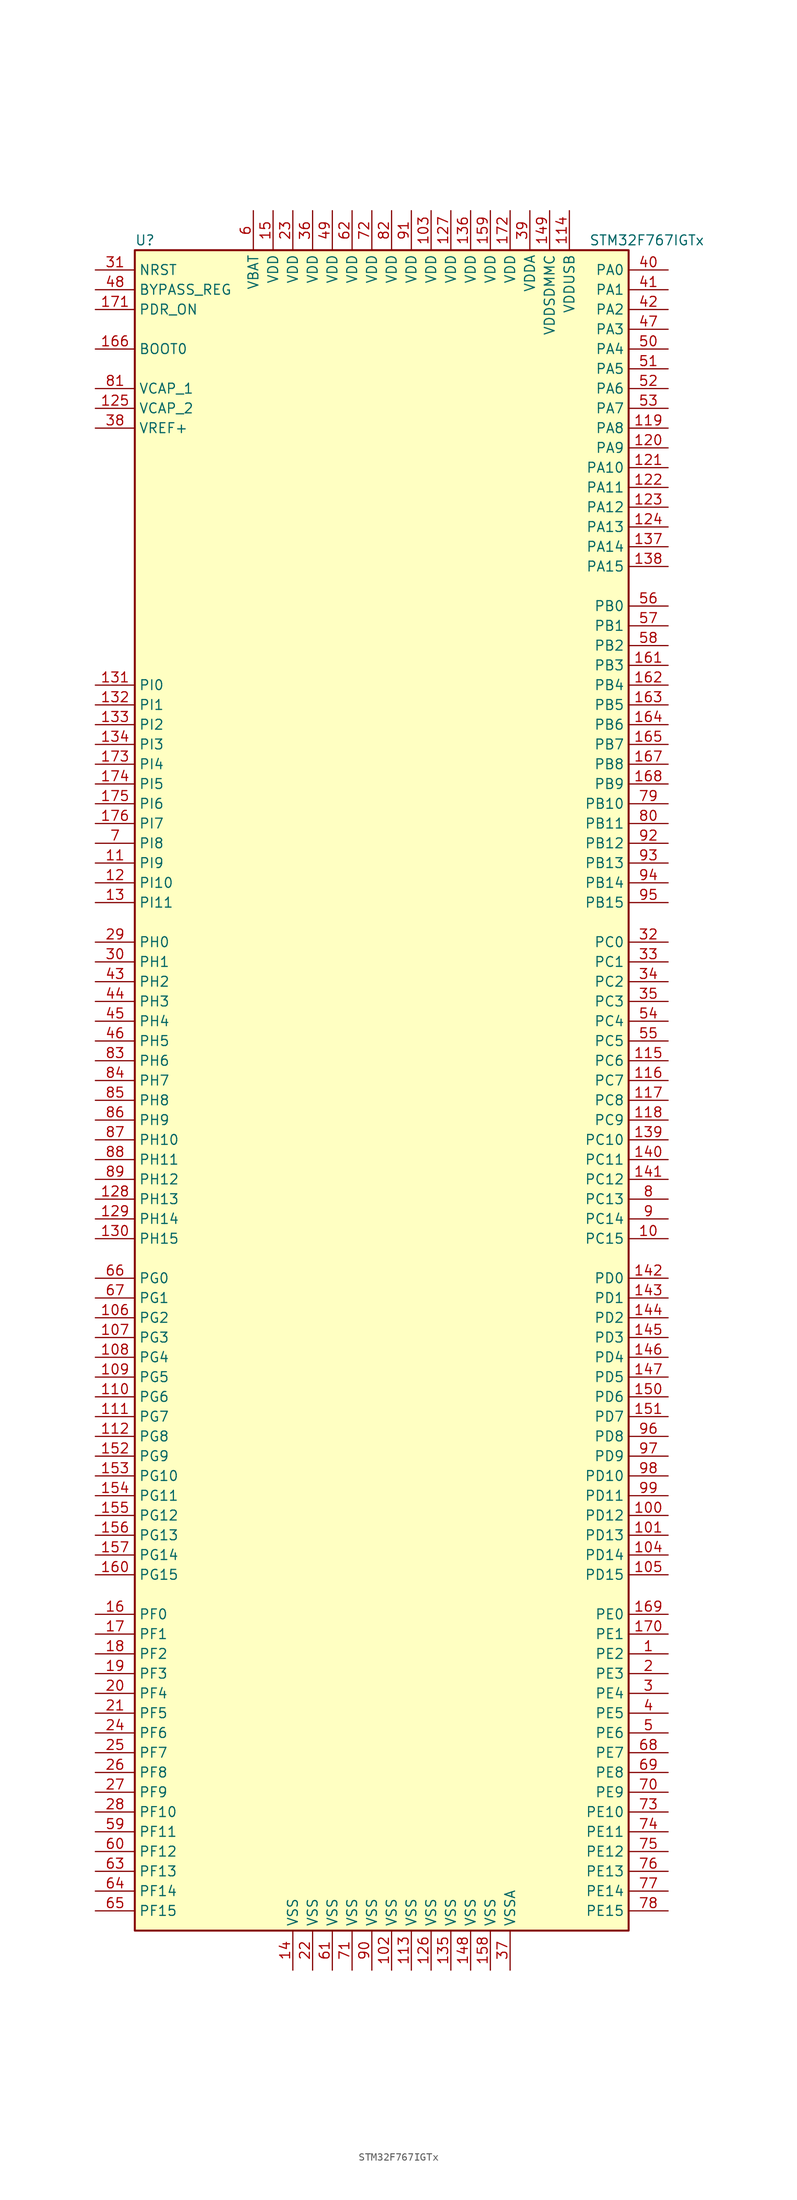
<source format=kicad_sym>
(kicad_symbol_lib
  (version 20220914)
  (generator kicad_symbol_editor)
  (symbol "STM32F767IGTx"
    (property "Reference" "U"
      (at -33.02 107.95 0)
      (effects (font (size 1.27 1.27)) (justify left)))
    (property "Value" "STM32F767IGTx"
      (at 25.4 107.95 0)
      (effects (font (size 1.27 1.27)) (justify left)))
    (symbol "STM32F767IGTx_0_1"
      (rectangle (start -33.02 -109.22) (end 30.48 106.68) (stroke (width 0.254) (type default)) (fill (type background))))
    (symbol "STM32F767IGTx_1_1"
      (pin bidirectional line (at 35.56 -73.66 180) (length 5.08) (name "PE2" (effects (font (size 1.27 1.27)))) (number "1" (effects (font (size 1.27 1.27)))))
      (pin bidirectional line (at 35.56 -20.32 180) (length 5.08) (name "PC15" (effects (font (size 1.27 1.27)))) (number "10" (effects (font (size 1.27 1.27)))))
      (pin bidirectional line (at 35.56 -55.88 180) (length 5.08) (name "PD12" (effects (font (size 1.27 1.27)))) (number "100" (effects (font (size 1.27 1.27)))))
      (pin bidirectional line (at 35.56 -58.42 180) (length 5.08) (name "PD13" (effects (font (size 1.27 1.27)))) (number "101" (effects (font (size 1.27 1.27)))))
      (pin power_in line (at 0 -114.3 90) (length 5.08) (name "VSS" (effects (font (size 1.27 1.27)))) (number "102" (effects (font (size 1.27 1.27)))))
      (pin power_in line (at 5.08 111.76 270) (length 5.08) (name "VDD" (effects (font (size 1.27 1.27)))) (number "103" (effects (font (size 1.27 1.27)))))
      (pin bidirectional line (at 35.56 -60.96 180) (length 5.08) (name "PD14" (effects (font (size 1.27 1.27)))) (number "104" (effects (font (size 1.27 1.27)))))
      (pin bidirectional line (at 35.56 -63.5 180) (length 5.08) (name "PD15" (effects (font (size 1.27 1.27)))) (number "105" (effects (font (size 1.27 1.27)))))
      (pin bidirectional line (at -38.1 -30.48 0) (length 5.08) (name "PG2" (effects (font (size 1.27 1.27)))) (number "106" (effects (font (size 1.27 1.27)))))
      (pin bidirectional line (at -38.1 -33.02 0) (length 5.08) (name "PG3" (effects (font (size 1.27 1.27)))) (number "107" (effects (font (size 1.27 1.27)))))
      (pin bidirectional line (at -38.1 -35.56 0) (length 5.08) (name "PG4" (effects (font (size 1.27 1.27)))) (number "108" (effects (font (size 1.27 1.27)))))
      (pin bidirectional line (at -38.1 -38.1 0) (length 5.08) (name "PG5" (effects (font (size 1.27 1.27)))) (number "109" (effects (font (size 1.27 1.27)))))
      (pin bidirectional line (at -38.1 27.94 0) (length 5.08) (name "PI9" (effects (font (size 1.27 1.27)))) (number "11" (effects (font (size 1.27 1.27)))))
      (pin bidirectional line (at -38.1 -40.64 0) (length 5.08) (name "PG6" (effects (font (size 1.27 1.27)))) (number "110" (effects (font (size 1.27 1.27)))))
      (pin bidirectional line (at -38.1 -43.18 0) (length 5.08) (name "PG7" (effects (font (size 1.27 1.27)))) (number "111" (effects (font (size 1.27 1.27)))))
      (pin bidirectional line (at -38.1 -45.72 0) (length 5.08) (name "PG8" (effects (font (size 1.27 1.27)))) (number "112" (effects (font (size 1.27 1.27)))))
      (pin power_in line (at 2.54 -114.3 90) (length 5.08) (name "VSS" (effects (font (size 1.27 1.27)))) (number "113" (effects (font (size 1.27 1.27)))))
      (pin power_in line (at 22.86 111.76 270) (length 5.08) (name "VDDUSB" (effects (font (size 1.27 1.27)))) (number "114" (effects (font (size 1.27 1.27)))))
      (pin bidirectional line (at 35.56 2.54 180) (length 5.08) (name "PC6" (effects (font (size 1.27 1.27)))) (number "115" (effects (font (size 1.27 1.27)))))
      (pin bidirectional line (at 35.56 0 180) (length 5.08) (name "PC7" (effects (font (size 1.27 1.27)))) (number "116" (effects (font (size 1.27 1.27)))))
      (pin bidirectional line (at 35.56 -2.54 180) (length 5.08) (name "PC8" (effects (font (size 1.27 1.27)))) (number "117" (effects (font (size 1.27 1.27)))))
      (pin bidirectional line (at 35.56 -5.08 180) (length 5.08) (name "PC9" (effects (font (size 1.27 1.27)))) (number "118" (effects (font (size 1.27 1.27)))))
      (pin bidirectional line (at 35.56 83.82 180) (length 5.08) (name "PA8" (effects (font (size 1.27 1.27)))) (number "119" (effects (font (size 1.27 1.27)))))
      (pin bidirectional line (at -38.1 25.4 0) (length 5.08) (name "PI10" (effects (font (size 1.27 1.27)))) (number "12" (effects (font (size 1.27 1.27)))))
      (pin bidirectional line (at 35.56 81.28 180) (length 5.08) (name "PA9" (effects (font (size 1.27 1.27)))) (number "120" (effects (font (size 1.27 1.27)))))
      (pin bidirectional line (at 35.56 78.74 180) (length 5.08) (name "PA10" (effects (font (size 1.27 1.27)))) (number "121" (effects (font (size 1.27 1.27)))))
      (pin bidirectional line (at 35.56 76.2 180) (length 5.08) (name "PA11" (effects (font (size 1.27 1.27)))) (number "122" (effects (font (size 1.27 1.27)))))
      (pin bidirectional line (at 35.56 73.66 180) (length 5.08) (name "PA12" (effects (font (size 1.27 1.27)))) (number "123" (effects (font (size 1.27 1.27)))))
      (pin bidirectional line (at 35.56 71.12 180) (length 5.08) (name "PA13" (effects (font (size 1.27 1.27)))) (number "124" (effects (font (size 1.27 1.27)))))
      (pin power_in line (at -38.1 86.36 0) (length 5.08) (name "VCAP_2" (effects (font (size 1.27 1.27)))) (number "125" (effects (font (size 1.27 1.27)))))
      (pin power_in line (at 5.08 -114.3 90) (length 5.08) (name "VSS" (effects (font (size 1.27 1.27)))) (number "126" (effects (font (size 1.27 1.27)))))
      (pin power_in line (at 7.62 111.76 270) (length 5.08) (name "VDD" (effects (font (size 1.27 1.27)))) (number "127" (effects (font (size 1.27 1.27)))))
      (pin bidirectional line (at -38.1 -15.24 0) (length 5.08) (name "PH13" (effects (font (size 1.27 1.27)))) (number "128" (effects (font (size 1.27 1.27)))))
      (pin bidirectional line (at -38.1 -17.78 0) (length 5.08) (name "PH14" (effects (font (size 1.27 1.27)))) (number "129" (effects (font (size 1.27 1.27)))))
      (pin bidirectional line (at -38.1 22.86 0) (length 5.08) (name "PI11" (effects (font (size 1.27 1.27)))) (number "13" (effects (font (size 1.27 1.27)))))
      (pin bidirectional line (at -38.1 -20.32 0) (length 5.08) (name "PH15" (effects (font (size 1.27 1.27)))) (number "130" (effects (font (size 1.27 1.27)))))
      (pin bidirectional line (at -38.1 50.8 0) (length 5.08) (name "PI0" (effects (font (size 1.27 1.27)))) (number "131" (effects (font (size 1.27 1.27)))))
      (pin bidirectional line (at -38.1 48.26 0) (length 5.08) (name "PI1" (effects (font (size 1.27 1.27)))) (number "132" (effects (font (size 1.27 1.27)))))
      (pin bidirectional line (at -38.1 45.72 0) (length 5.08) (name "PI2" (effects (font (size 1.27 1.27)))) (number "133" (effects (font (size 1.27 1.27)))))
      (pin bidirectional line (at -38.1 43.18 0) (length 5.08) (name "PI3" (effects (font (size 1.27 1.27)))) (number "134" (effects (font (size 1.27 1.27)))))
      (pin power_in line (at 7.62 -114.3 90) (length 5.08) (name "VSS" (effects (font (size 1.27 1.27)))) (number "135" (effects (font (size 1.27 1.27)))))
      (pin power_in line (at 10.16 111.76 270) (length 5.08) (name "VDD" (effects (font (size 1.27 1.27)))) (number "136" (effects (font (size 1.27 1.27)))))
      (pin bidirectional line (at 35.56 68.58 180) (length 5.08) (name "PA14" (effects (font (size 1.27 1.27)))) (number "137" (effects (font (size 1.27 1.27)))))
      (pin bidirectional line (at 35.56 66.04 180) (length 5.08) (name "PA15" (effects (font (size 1.27 1.27)))) (number "138" (effects (font (size 1.27 1.27)))))
      (pin bidirectional line (at 35.56 -7.62 180) (length 5.08) (name "PC10" (effects (font (size 1.27 1.27)))) (number "139" (effects (font (size 1.27 1.27)))))
      (pin power_in line (at -12.7 -114.3 90) (length 5.08) (name "VSS" (effects (font (size 1.27 1.27)))) (number "14" (effects (font (size 1.27 1.27)))))
      (pin bidirectional line (at 35.56 -10.16 180) (length 5.08) (name "PC11" (effects (font (size 1.27 1.27)))) (number "140" (effects (font (size 1.27 1.27)))))
      (pin bidirectional line (at 35.56 -12.7 180) (length 5.08) (name "PC12" (effects (font (size 1.27 1.27)))) (number "141" (effects (font (size 1.27 1.27)))))
      (pin bidirectional line (at 35.56 -25.4 180) (length 5.08) (name "PD0" (effects (font (size 1.27 1.27)))) (number "142" (effects (font (size 1.27 1.27)))))
      (pin bidirectional line (at 35.56 -27.94 180) (length 5.08) (name "PD1" (effects (font (size 1.27 1.27)))) (number "143" (effects (font (size 1.27 1.27)))))
      (pin bidirectional line (at 35.56 -30.48 180) (length 5.08) (name "PD2" (effects (font (size 1.27 1.27)))) (number "144" (effects (font (size 1.27 1.27)))))
      (pin bidirectional line (at 35.56 -33.02 180) (length 5.08) (name "PD3" (effects (font (size 1.27 1.27)))) (number "145" (effects (font (size 1.27 1.27)))))
      (pin bidirectional line (at 35.56 -35.56 180) (length 5.08) (name "PD4" (effects (font (size 1.27 1.27)))) (number "146" (effects (font (size 1.27 1.27)))))
      (pin bidirectional line (at 35.56 -38.1 180) (length 5.08) (name "PD5" (effects (font (size 1.27 1.27)))) (number "147" (effects (font (size 1.27 1.27)))))
      (pin power_in line (at 10.16 -114.3 90) (length 5.08) (name "VSS" (effects (font (size 1.27 1.27)))) (number "148" (effects (font (size 1.27 1.27)))))
      (pin power_in line (at 20.32 111.76 270) (length 5.08) (name "VDDSDMMC" (effects (font (size 1.27 1.27)))) (number "149" (effects (font (size 1.27 1.27)))))
      (pin power_in line (at -15.24 111.76 270) (length 5.08) (name "VDD" (effects (font (size 1.27 1.27)))) (number "15" (effects (font (size 1.27 1.27)))))
      (pin bidirectional line (at 35.56 -40.64 180) (length 5.08) (name "PD6" (effects (font (size 1.27 1.27)))) (number "150" (effects (font (size 1.27 1.27)))))
      (pin bidirectional line (at 35.56 -43.18 180) (length 5.08) (name "PD7" (effects (font (size 1.27 1.27)))) (number "151" (effects (font (size 1.27 1.27)))))
      (pin bidirectional line (at -38.1 -48.26 0) (length 5.08) (name "PG9" (effects (font (size 1.27 1.27)))) (number "152" (effects (font (size 1.27 1.27)))))
      (pin bidirectional line (at -38.1 -50.8 0) (length 5.08) (name "PG10" (effects (font (size 1.27 1.27)))) (number "153" (effects (font (size 1.27 1.27)))))
      (pin bidirectional line (at -38.1 -53.34 0) (length 5.08) (name "PG11" (effects (font (size 1.27 1.27)))) (number "154" (effects (font (size 1.27 1.27)))))
      (pin bidirectional line (at -38.1 -55.88 0) (length 5.08) (name "PG12" (effects (font (size 1.27 1.27)))) (number "155" (effects (font (size 1.27 1.27)))))
      (pin bidirectional line (at -38.1 -58.42 0) (length 5.08) (name "PG13" (effects (font (size 1.27 1.27)))) (number "156" (effects (font (size 1.27 1.27)))))
      (pin bidirectional line (at -38.1 -60.96 0) (length 5.08) (name "PG14" (effects (font (size 1.27 1.27)))) (number "157" (effects (font (size 1.27 1.27)))))
      (pin power_in line (at 12.7 -114.3 90) (length 5.08) (name "VSS" (effects (font (size 1.27 1.27)))) (number "158" (effects (font (size 1.27 1.27)))))
      (pin power_in line (at 12.7 111.76 270) (length 5.08) (name "VDD" (effects (font (size 1.27 1.27)))) (number "159" (effects (font (size 1.27 1.27)))))
      (pin bidirectional line (at -38.1 -68.58 0) (length 5.08) (name "PF0" (effects (font (size 1.27 1.27)))) (number "16" (effects (font (size 1.27 1.27)))))
      (pin bidirectional line (at -38.1 -63.5 0) (length 5.08) (name "PG15" (effects (font (size 1.27 1.27)))) (number "160" (effects (font (size 1.27 1.27)))))
      (pin bidirectional line (at 35.56 53.34 180) (length 5.08) (name "PB3" (effects (font (size 1.27 1.27)))) (number "161" (effects (font (size 1.27 1.27)))))
      (pin bidirectional line (at 35.56 50.8 180) (length 5.08) (name "PB4" (effects (font (size 1.27 1.27)))) (number "162" (effects (font (size 1.27 1.27)))))
      (pin bidirectional line (at 35.56 48.26 180) (length 5.08) (name "PB5" (effects (font (size 1.27 1.27)))) (number "163" (effects (font (size 1.27 1.27)))))
      (pin bidirectional line (at 35.56 45.72 180) (length 5.08) (name "PB6" (effects (font (size 1.27 1.27)))) (number "164" (effects (font (size 1.27 1.27)))))
      (pin bidirectional line (at 35.56 43.18 180) (length 5.08) (name "PB7" (effects (font (size 1.27 1.27)))) (number "165" (effects (font (size 1.27 1.27)))))
      (pin input line (at -38.1 93.98 0) (length 5.08) (name "BOOT0" (effects (font (size 1.27 1.27)))) (number "166" (effects (font (size 1.27 1.27)))))
      (pin bidirectional line (at 35.56 40.64 180) (length 5.08) (name "PB8" (effects (font (size 1.27 1.27)))) (number "167" (effects (font (size 1.27 1.27)))))
      (pin bidirectional line (at 35.56 38.1 180) (length 5.08) (name "PB9" (effects (font (size 1.27 1.27)))) (number "168" (effects (font (size 1.27 1.27)))))
      (pin bidirectional line (at 35.56 -68.58 180) (length 5.08) (name "PE0" (effects (font (size 1.27 1.27)))) (number "169" (effects (font (size 1.27 1.27)))))
      (pin bidirectional line (at -38.1 -71.12 0) (length 5.08) (name "PF1" (effects (font (size 1.27 1.27)))) (number "17" (effects (font (size 1.27 1.27)))))
      (pin bidirectional line (at 35.56 -71.12 180) (length 5.08) (name "PE1" (effects (font (size 1.27 1.27)))) (number "170" (effects (font (size 1.27 1.27)))))
      (pin input line (at -38.1 99.06 0) (length 5.08) (name "PDR_ON" (effects (font (size 1.27 1.27)))) (number "171" (effects (font (size 1.27 1.27)))))
      (pin power_in line (at 15.24 111.76 270) (length 5.08) (name "VDD" (effects (font (size 1.27 1.27)))) (number "172" (effects (font (size 1.27 1.27)))))
      (pin bidirectional line (at -38.1 40.64 0) (length 5.08) (name "PI4" (effects (font (size 1.27 1.27)))) (number "173" (effects (font (size 1.27 1.27)))))
      (pin bidirectional line (at -38.1 38.1 0) (length 5.08) (name "PI5" (effects (font (size 1.27 1.27)))) (number "174" (effects (font (size 1.27 1.27)))))
      (pin bidirectional line (at -38.1 35.56 0) (length 5.08) (name "PI6" (effects (font (size 1.27 1.27)))) (number "175" (effects (font (size 1.27 1.27)))))
      (pin bidirectional line (at -38.1 33.02 0) (length 5.08) (name "PI7" (effects (font (size 1.27 1.27)))) (number "176" (effects (font (size 1.27 1.27)))))
      (pin bidirectional line (at -38.1 -73.66 0) (length 5.08) (name "PF2" (effects (font (size 1.27 1.27)))) (number "18" (effects (font (size 1.27 1.27)))))
      (pin bidirectional line (at -38.1 -76.2 0) (length 5.08) (name "PF3" (effects (font (size 1.27 1.27)))) (number "19" (effects (font (size 1.27 1.27)))))
      (pin bidirectional line (at 35.56 -76.2 180) (length 5.08) (name "PE3" (effects (font (size 1.27 1.27)))) (number "2" (effects (font (size 1.27 1.27)))))
      (pin bidirectional line (at -38.1 -78.74 0) (length 5.08) (name "PF4" (effects (font (size 1.27 1.27)))) (number "20" (effects (font (size 1.27 1.27)))))
      (pin bidirectional line (at -38.1 -81.28 0) (length 5.08) (name "PF5" (effects (font (size 1.27 1.27)))) (number "21" (effects (font (size 1.27 1.27)))))
      (pin power_in line (at -10.16 -114.3 90) (length 5.08) (name "VSS" (effects (font (size 1.27 1.27)))) (number "22" (effects (font (size 1.27 1.27)))))
      (pin power_in line (at -12.7 111.76 270) (length 5.08) (name "VDD" (effects (font (size 1.27 1.27)))) (number "23" (effects (font (size 1.27 1.27)))))
      (pin bidirectional line (at -38.1 -83.82 0) (length 5.08) (name "PF6" (effects (font (size 1.27 1.27)))) (number "24" (effects (font (size 1.27 1.27)))))
      (pin bidirectional line (at -38.1 -86.36 0) (length 5.08) (name "PF7" (effects (font (size 1.27 1.27)))) (number "25" (effects (font (size 1.27 1.27)))))
      (pin bidirectional line (at -38.1 -88.9 0) (length 5.08) (name "PF8" (effects (font (size 1.27 1.27)))) (number "26" (effects (font (size 1.27 1.27)))))
      (pin bidirectional line (at -38.1 -91.44 0) (length 5.08) (name "PF9" (effects (font (size 1.27 1.27)))) (number "27" (effects (font (size 1.27 1.27)))))
      (pin bidirectional line (at -38.1 -93.98 0) (length 5.08) (name "PF10" (effects (font (size 1.27 1.27)))) (number "28" (effects (font (size 1.27 1.27)))))
      (pin input line (at -38.1 17.78 0) (length 5.08) (name "PH0" (effects (font (size 1.27 1.27)))) (number "29" (effects (font (size 1.27 1.27)))))
      (pin bidirectional line (at 35.56 -78.74 180) (length 5.08) (name "PE4" (effects (font (size 1.27 1.27)))) (number "3" (effects (font (size 1.27 1.27)))))
      (pin input line (at -38.1 15.24 0) (length 5.08) (name "PH1" (effects (font (size 1.27 1.27)))) (number "30" (effects (font (size 1.27 1.27)))))
      (pin input line (at -38.1 104.14 0) (length 5.08) (name "NRST" (effects (font (size 1.27 1.27)))) (number "31" (effects (font (size 1.27 1.27)))))
      (pin bidirectional line (at 35.56 17.78 180) (length 5.08) (name "PC0" (effects (font (size 1.27 1.27)))) (number "32" (effects (font (size 1.27 1.27)))))
      (pin bidirectional line (at 35.56 15.24 180) (length 5.08) (name "PC1" (effects (font (size 1.27 1.27)))) (number "33" (effects (font (size 1.27 1.27)))))
      (pin bidirectional line (at 35.56 12.7 180) (length 5.08) (name "PC2" (effects (font (size 1.27 1.27)))) (number "34" (effects (font (size 1.27 1.27)))))
      (pin bidirectional line (at 35.56 10.16 180) (length 5.08) (name "PC3" (effects (font (size 1.27 1.27)))) (number "35" (effects (font (size 1.27 1.27)))))
      (pin power_in line (at -10.16 111.76 270) (length 5.08) (name "VDD" (effects (font (size 1.27 1.27)))) (number "36" (effects (font (size 1.27 1.27)))))
      (pin power_in line (at 15.24 -114.3 90) (length 5.08) (name "VSSA" (effects (font (size 1.27 1.27)))) (number "37" (effects (font (size 1.27 1.27)))))
      (pin power_in line (at -38.1 83.82 0) (length 5.08) (name "VREF+" (effects (font (size 1.27 1.27)))) (number "38" (effects (font (size 1.27 1.27)))))
      (pin power_in line (at 17.78 111.76 270) (length 5.08) (name "VDDA" (effects (font (size 1.27 1.27)))) (number "39" (effects (font (size 1.27 1.27)))))
      (pin bidirectional line (at 35.56 -81.28 180) (length 5.08) (name "PE5" (effects (font (size 1.27 1.27)))) (number "4" (effects (font (size 1.27 1.27)))))
      (pin bidirectional line (at 35.56 104.14 180) (length 5.08) (name "PA0" (effects (font (size 1.27 1.27)))) (number "40" (effects (font (size 1.27 1.27)))))
      (pin bidirectional line (at 35.56 101.6 180) (length 5.08) (name "PA1" (effects (font (size 1.27 1.27)))) (number "41" (effects (font (size 1.27 1.27)))))
      (pin bidirectional line (at 35.56 99.06 180) (length 5.08) (name "PA2" (effects (font (size 1.27 1.27)))) (number "42" (effects (font (size 1.27 1.27)))))
      (pin bidirectional line (at -38.1 12.7 0) (length 5.08) (name "PH2" (effects (font (size 1.27 1.27)))) (number "43" (effects (font (size 1.27 1.27)))))
      (pin bidirectional line (at -38.1 10.16 0) (length 5.08) (name "PH3" (effects (font (size 1.27 1.27)))) (number "44" (effects (font (size 1.27 1.27)))))
      (pin bidirectional line (at -38.1 7.62 0) (length 5.08) (name "PH4" (effects (font (size 1.27 1.27)))) (number "45" (effects (font (size 1.27 1.27)))))
      (pin bidirectional line (at -38.1 5.08 0) (length 5.08) (name "PH5" (effects (font (size 1.27 1.27)))) (number "46" (effects (font (size 1.27 1.27)))))
      (pin bidirectional line (at 35.56 96.52 180) (length 5.08) (name "PA3" (effects (font (size 1.27 1.27)))) (number "47" (effects (font (size 1.27 1.27)))))
      (pin input line (at -38.1 101.6 0) (length 5.08) (name "BYPASS_REG" (effects (font (size 1.27 1.27)))) (number "48" (effects (font (size 1.27 1.27)))))
      (pin power_in line (at -7.62 111.76 270) (length 5.08) (name "VDD" (effects (font (size 1.27 1.27)))) (number "49" (effects (font (size 1.27 1.27)))))
      (pin bidirectional line (at 35.56 -83.82 180) (length 5.08) (name "PE6" (effects (font (size 1.27 1.27)))) (number "5" (effects (font (size 1.27 1.27)))))
      (pin bidirectional line (at 35.56 93.98 180) (length 5.08) (name "PA4" (effects (font (size 1.27 1.27)))) (number "50" (effects (font (size 1.27 1.27)))))
      (pin bidirectional line (at 35.56 91.44 180) (length 5.08) (name "PA5" (effects (font (size 1.27 1.27)))) (number "51" (effects (font (size 1.27 1.27)))))
      (pin bidirectional line (at 35.56 88.9 180) (length 5.08) (name "PA6" (effects (font (size 1.27 1.27)))) (number "52" (effects (font (size 1.27 1.27)))))
      (pin bidirectional line (at 35.56 86.36 180) (length 5.08) (name "PA7" (effects (font (size 1.27 1.27)))) (number "53" (effects (font (size 1.27 1.27)))))
      (pin bidirectional line (at 35.56 7.62 180) (length 5.08) (name "PC4" (effects (font (size 1.27 1.27)))) (number "54" (effects (font (size 1.27 1.27)))))
      (pin bidirectional line (at 35.56 5.08 180) (length 5.08) (name "PC5" (effects (font (size 1.27 1.27)))) (number "55" (effects (font (size 1.27 1.27)))))
      (pin bidirectional line (at 35.56 60.96 180) (length 5.08) (name "PB0" (effects (font (size 1.27 1.27)))) (number "56" (effects (font (size 1.27 1.27)))))
      (pin bidirectional line (at 35.56 58.42 180) (length 5.08) (name "PB1" (effects (font (size 1.27 1.27)))) (number "57" (effects (font (size 1.27 1.27)))))
      (pin bidirectional line (at 35.56 55.88 180) (length 5.08) (name "PB2" (effects (font (size 1.27 1.27)))) (number "58" (effects (font (size 1.27 1.27)))))
      (pin bidirectional line (at -38.1 -96.52 0) (length 5.08) (name "PF11" (effects (font (size 1.27 1.27)))) (number "59" (effects (font (size 1.27 1.27)))))
      (pin power_in line (at -17.78 111.76 270) (length 5.08) (name "VBAT" (effects (font (size 1.27 1.27)))) (number "6" (effects (font (size 1.27 1.27)))))
      (pin bidirectional line (at -38.1 -99.06 0) (length 5.08) (name "PF12" (effects (font (size 1.27 1.27)))) (number "60" (effects (font (size 1.27 1.27)))))
      (pin power_in line (at -7.62 -114.3 90) (length 5.08) (name "VSS" (effects (font (size 1.27 1.27)))) (number "61" (effects (font (size 1.27 1.27)))))
      (pin power_in line (at -5.08 111.76 270) (length 5.08) (name "VDD" (effects (font (size 1.27 1.27)))) (number "62" (effects (font (size 1.27 1.27)))))
      (pin bidirectional line (at -38.1 -101.6 0) (length 5.08) (name "PF13" (effects (font (size 1.27 1.27)))) (number "63" (effects (font (size 1.27 1.27)))))
      (pin bidirectional line (at -38.1 -104.14 0) (length 5.08) (name "PF14" (effects (font (size 1.27 1.27)))) (number "64" (effects (font (size 1.27 1.27)))))
      (pin bidirectional line (at -38.1 -106.68 0) (length 5.08) (name "PF15" (effects (font (size 1.27 1.27)))) (number "65" (effects (font (size 1.27 1.27)))))
      (pin bidirectional line (at -38.1 -25.4 0) (length 5.08) (name "PG0" (effects (font (size 1.27 1.27)))) (number "66" (effects (font (size 1.27 1.27)))))
      (pin bidirectional line (at -38.1 -27.94 0) (length 5.08) (name "PG1" (effects (font (size 1.27 1.27)))) (number "67" (effects (font (size 1.27 1.27)))))
      (pin bidirectional line (at 35.56 -86.36 180) (length 5.08) (name "PE7" (effects (font (size 1.27 1.27)))) (number "68" (effects (font (size 1.27 1.27)))))
      (pin bidirectional line (at 35.56 -88.9 180) (length 5.08) (name "PE8" (effects (font (size 1.27 1.27)))) (number "69" (effects (font (size 1.27 1.27)))))
      (pin bidirectional line (at -38.1 30.48 0) (length 5.08) (name "PI8" (effects (font (size 1.27 1.27)))) (number "7" (effects (font (size 1.27 1.27)))))
      (pin bidirectional line (at 35.56 -91.44 180) (length 5.08) (name "PE9" (effects (font (size 1.27 1.27)))) (number "70" (effects (font (size 1.27 1.27)))))
      (pin power_in line (at -5.08 -114.3 90) (length 5.08) (name "VSS" (effects (font (size 1.27 1.27)))) (number "71" (effects (font (size 1.27 1.27)))))
      (pin power_in line (at -2.54 111.76 270) (length 5.08) (name "VDD" (effects (font (size 1.27 1.27)))) (number "72" (effects (font (size 1.27 1.27)))))
      (pin bidirectional line (at 35.56 -93.98 180) (length 5.08) (name "PE10" (effects (font (size 1.27 1.27)))) (number "73" (effects (font (size 1.27 1.27)))))
      (pin bidirectional line (at 35.56 -96.52 180) (length 5.08) (name "PE11" (effects (font (size 1.27 1.27)))) (number "74" (effects (font (size 1.27 1.27)))))
      (pin bidirectional line (at 35.56 -99.06 180) (length 5.08) (name "PE12" (effects (font (size 1.27 1.27)))) (number "75" (effects (font (size 1.27 1.27)))))
      (pin bidirectional line (at 35.56 -101.6 180) (length 5.08) (name "PE13" (effects (font (size 1.27 1.27)))) (number "76" (effects (font (size 1.27 1.27)))))
      (pin bidirectional line (at 35.56 -104.14 180) (length 5.08) (name "PE14" (effects (font (size 1.27 1.27)))) (number "77" (effects (font (size 1.27 1.27)))))
      (pin bidirectional line (at 35.56 -106.68 180) (length 5.08) (name "PE15" (effects (font (size 1.27 1.27)))) (number "78" (effects (font (size 1.27 1.27)))))
      (pin bidirectional line (at 35.56 35.56 180) (length 5.08) (name "PB10" (effects (font (size 1.27 1.27)))) (number "79" (effects (font (size 1.27 1.27)))))
      (pin bidirectional line (at 35.56 -15.24 180) (length 5.08) (name "PC13" (effects (font (size 1.27 1.27)))) (number "8" (effects (font (size 1.27 1.27)))))
      (pin bidirectional line (at 35.56 33.02 180) (length 5.08) (name "PB11" (effects (font (size 1.27 1.27)))) (number "80" (effects (font (size 1.27 1.27)))))
      (pin power_in line (at -38.1 88.9 0) (length 5.08) (name "VCAP_1" (effects (font (size 1.27 1.27)))) (number "81" (effects (font (size 1.27 1.27)))))
      (pin power_in line (at 0 111.76 270) (length 5.08) (name "VDD" (effects (font (size 1.27 1.27)))) (number "82" (effects (font (size 1.27 1.27)))))
      (pin bidirectional line (at -38.1 2.54 0) (length 5.08) (name "PH6" (effects (font (size 1.27 1.27)))) (number "83" (effects (font (size 1.27 1.27)))))
      (pin bidirectional line (at -38.1 0 0) (length 5.08) (name "PH7" (effects (font (size 1.27 1.27)))) (number "84" (effects (font (size 1.27 1.27)))))
      (pin bidirectional line (at -38.1 -2.54 0) (length 5.08) (name "PH8" (effects (font (size 1.27 1.27)))) (number "85" (effects (font (size 1.27 1.27)))))
      (pin bidirectional line (at -38.1 -5.08 0) (length 5.08) (name "PH9" (effects (font (size 1.27 1.27)))) (number "86" (effects (font (size 1.27 1.27)))))
      (pin bidirectional line (at -38.1 -7.62 0) (length 5.08) (name "PH10" (effects (font (size 1.27 1.27)))) (number "87" (effects (font (size 1.27 1.27)))))
      (pin bidirectional line (at -38.1 -10.16 0) (length 5.08) (name "PH11" (effects (font (size 1.27 1.27)))) (number "88" (effects (font (size 1.27 1.27)))))
      (pin bidirectional line (at -38.1 -12.7 0) (length 5.08) (name "PH12" (effects (font (size 1.27 1.27)))) (number "89" (effects (font (size 1.27 1.27)))))
      (pin bidirectional line (at 35.56 -17.78 180) (length 5.08) (name "PC14" (effects (font (size 1.27 1.27)))) (number "9" (effects (font (size 1.27 1.27)))))
      (pin power_in line (at -2.54 -114.3 90) (length 5.08) (name "VSS" (effects (font (size 1.27 1.27)))) (number "90" (effects (font (size 1.27 1.27)))))
      (pin power_in line (at 2.54 111.76 270) (length 5.08) (name "VDD" (effects (font (size 1.27 1.27)))) (number "91" (effects (font (size 1.27 1.27)))))
      (pin bidirectional line (at 35.56 30.48 180) (length 5.08) (name "PB12" (effects (font (size 1.27 1.27)))) (number "92" (effects (font (size 1.27 1.27)))))
      (pin bidirectional line (at 35.56 27.94 180) (length 5.08) (name "PB13" (effects (font (size 1.27 1.27)))) (number "93" (effects (font (size 1.27 1.27)))))
      (pin bidirectional line (at 35.56 25.4 180) (length 5.08) (name "PB14" (effects (font (size 1.27 1.27)))) (number "94" (effects (font (size 1.27 1.27)))))
      (pin bidirectional line (at 35.56 22.86 180) (length 5.08) (name "PB15" (effects (font (size 1.27 1.27)))) (number "95" (effects (font (size 1.27 1.27)))))
      (pin bidirectional line (at 35.56 -45.72 180) (length 5.08) (name "PD8" (effects (font (size 1.27 1.27)))) (number "96" (effects (font (size 1.27 1.27)))))
      (pin bidirectional line (at 35.56 -48.26 180) (length 5.08) (name "PD9" (effects (font (size 1.27 1.27)))) (number "97" (effects (font (size 1.27 1.27)))))
      (pin bidirectional line (at 35.56 -50.8 180) (length 5.08) (name "PD10" (effects (font (size 1.27 1.27)))) (number "98" (effects (font (size 1.27 1.27)))))
      (pin bidirectional line (at 35.56 -53.34 180) (length 5.08) (name "PD11" (effects (font (size 1.27 1.27)))) (number "99" (effects (font (size 1.27 1.27))))))))
</source>
